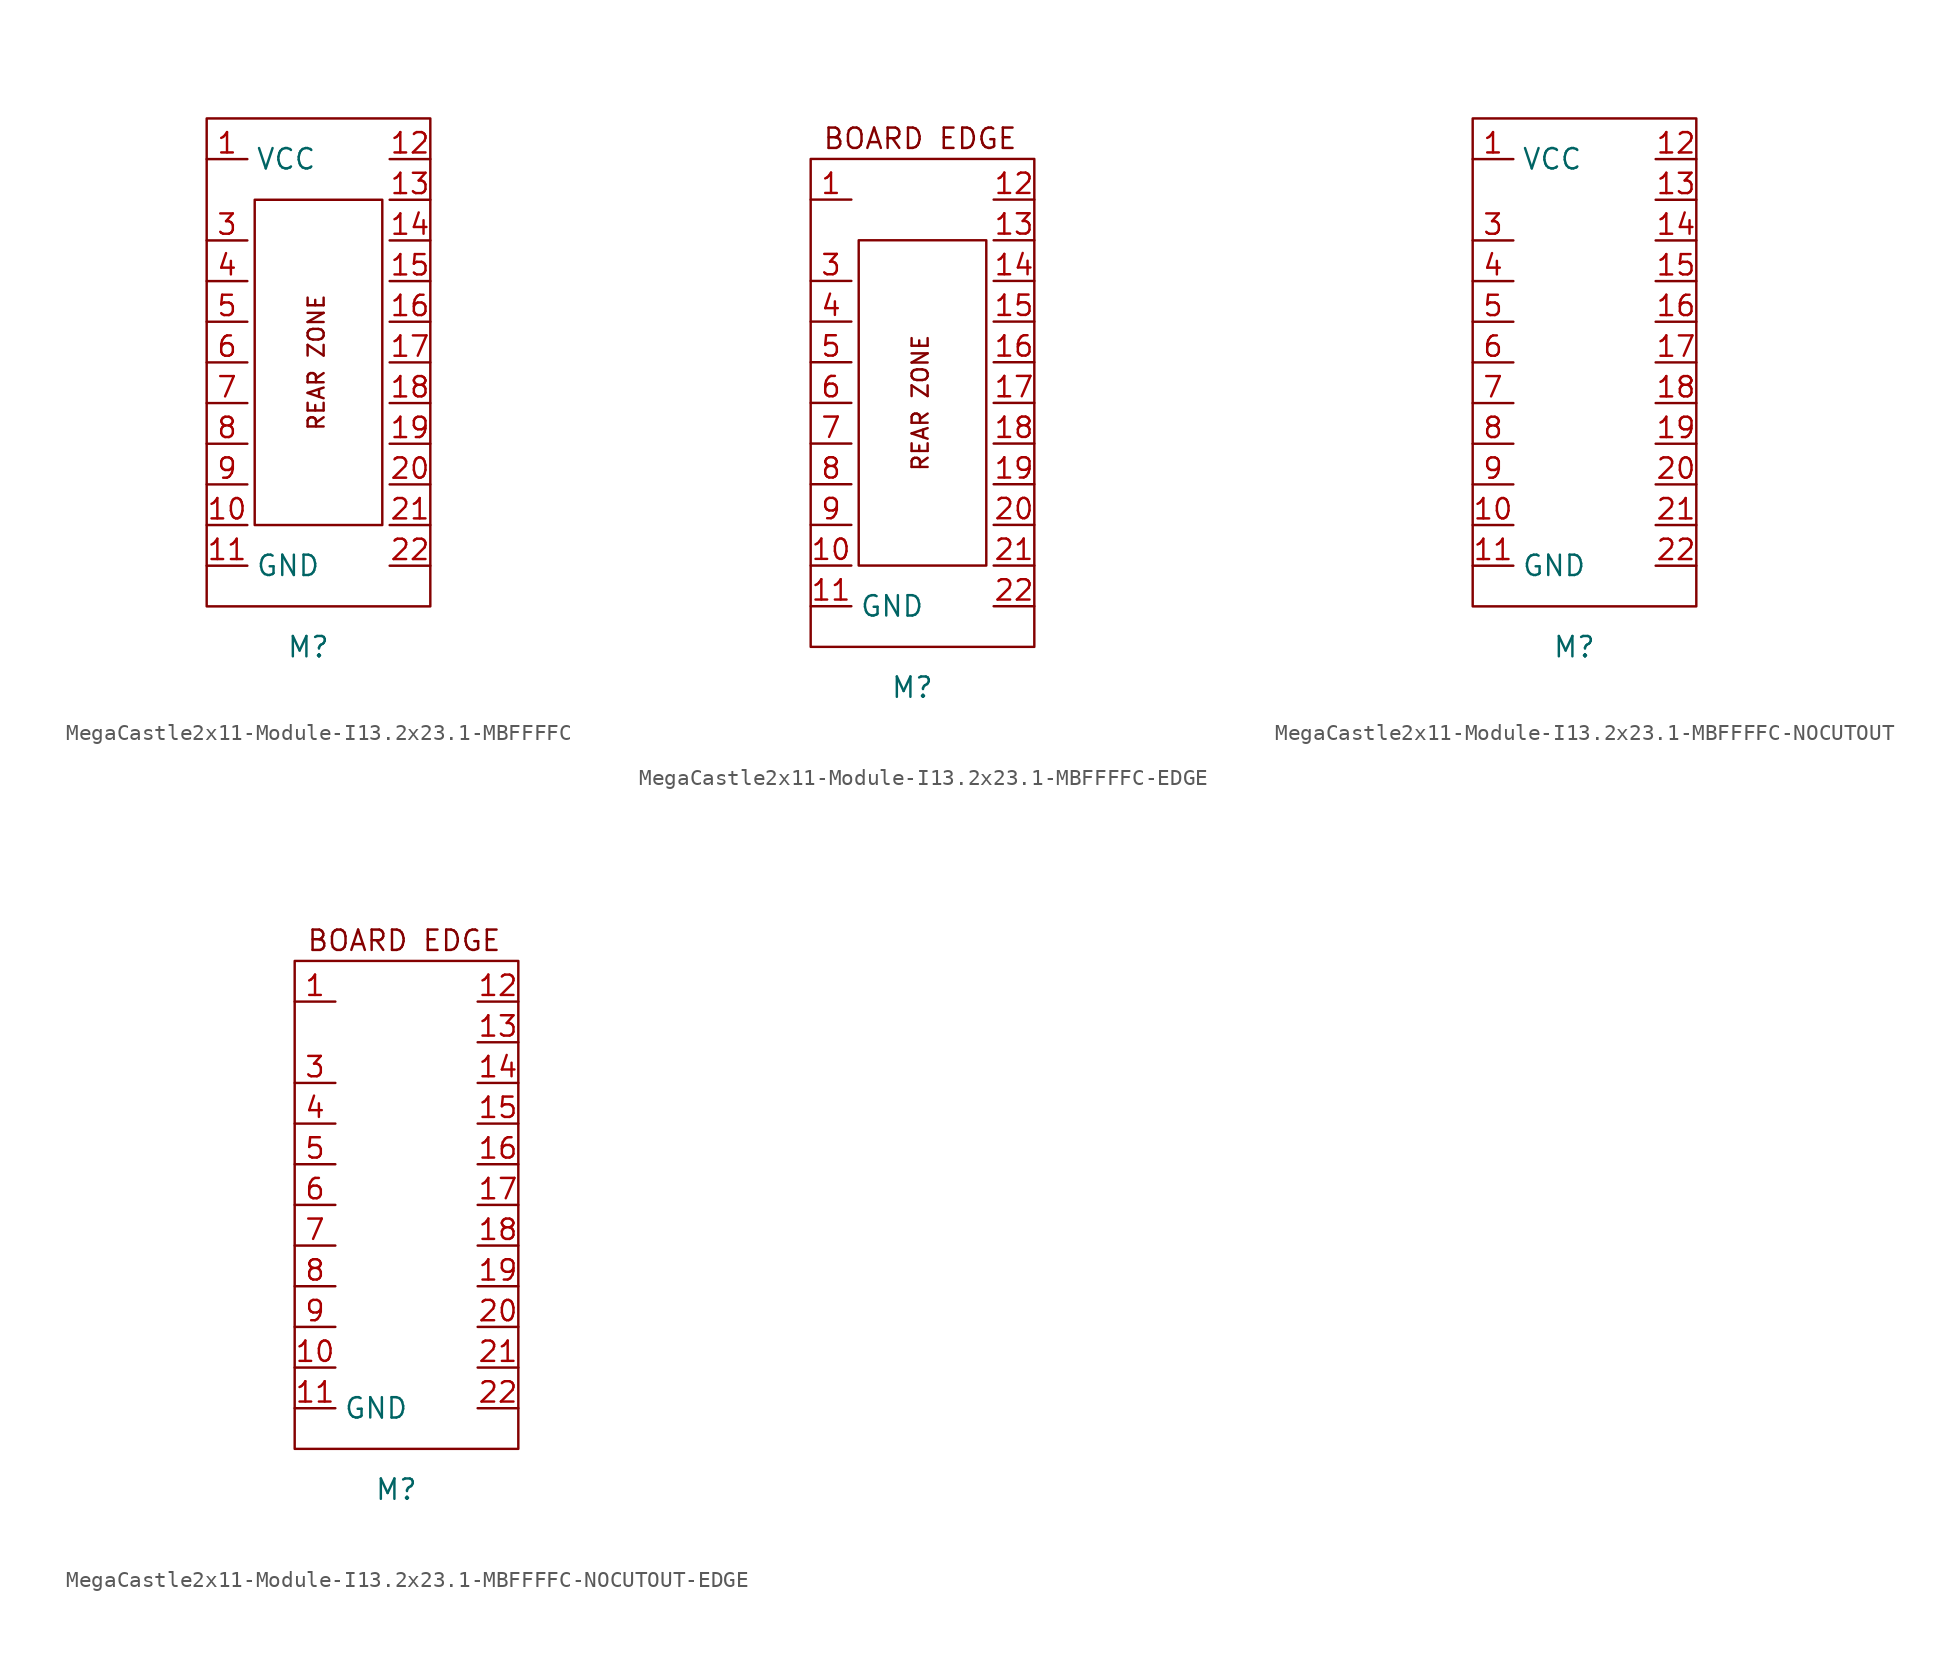
<source format=kicad_sym>
(kicad_symbol_lib
  (version 20241209)
  (generator "kicad_symbol_editor")
  (generator_version "9.0")
  (symbol "MegaCastle2x11-Module-I13.2x23.1-MBFFFFC"
    (property "Reference" "M"
      (at 0 -17.78 0)
      (effects (font (size 1.27 1.27))))
    (property "Value" ""
      (at 0 5.08 0)
      (effects (font (size 1.27 1.27))))
    (symbol "MegaCastle2x11-Module-I13.2x23.1-MBFFFFC_0_1"
      (rectangle (start -6.35 15.24) (end 7.62 -15.24) (stroke (width 0) (type default)) (fill (type none)))
      (rectangle (start -3.35 10.16) (end 4.62 -10.16) (stroke (width 0) (type default)) (fill (type none))))
    (symbol "MegaCastle2x11-Module-I13.2x23.1-MBFFFFC_1_1"
      (text "REAR ZONE" (at 0.5 0 900) (effects (font (size 1 1))))
      (pin bidirectional line (at -6.35 12.7 0) (length 2.54) (name "VCC" (effects (font (size 1.27 1.27)))) (number "1" (effects (font (size 1.27 1.27)))))
      (pin bidirectional line (at -6.35 7.62 0) (length 2.54) (name "" (effects (font (size 1.27 1.27)))) (number "3" (effects (font (size 1.27 1.27)))))
      (pin bidirectional line (at -6.35 5.08 0) (length 2.54) (name "" (effects (font (size 1.27 1.27)))) (number "4" (effects (font (size 1.27 1.27)))))
      (pin bidirectional line (at -6.35 2.54 0) (length 2.54) (name "" (effects (font (size 1.27 1.27)))) (number "5" (effects (font (size 1.27 1.27)))))
      (pin bidirectional line (at -6.35 0 0) (length 2.54) (name "" (effects (font (size 1.27 1.27)))) (number "6" (effects (font (size 1.27 1.27)))))
      (pin bidirectional line (at -6.35 -2.54 0) (length 2.54) (name "" (effects (font (size 1.27 1.27)))) (number "7" (effects (font (size 1.27 1.27)))))
      (pin bidirectional line (at -6.35 -5.08 0) (length 2.54) (name "" (effects (font (size 1.27 1.27)))) (number "8" (effects (font (size 1.27 1.27)))))
      (pin bidirectional line (at -6.35 -7.62 0) (length 2.54) (name "" (effects (font (size 1.27 1.27)))) (number "9" (effects (font (size 1.27 1.27)))))
      (pin bidirectional line (at -6.35 -10.16 0) (length 2.54) (name "" (effects (font (size 1.27 1.27)))) (number "10" (effects (font (size 1.27 1.27)))))
      (pin bidirectional line (at -6.35 -12.7 0) (length 2.54) (name "GND" (effects (font (size 1.27 1.27)))) (number "11" (effects (font (size 1.27 1.27)))))
      (pin bidirectional line (at 7.62 12.7 180) (length 2.54) (name "" (effects (font (size 1.27 1.27)))) (number "12" (effects (font (size 1.27 1.27)))))
      (pin bidirectional line (at 7.62 10.16 180) (length 2.54) (name "" (effects (font (size 1.27 1.27)))) (number "13" (effects (font (size 1.27 1.27)))))
      (pin bidirectional line (at 7.62 7.62 180) (length 2.54) (name "" (effects (font (size 1.27 1.27)))) (number "14" (effects (font (size 1.27 1.27)))))
      (pin bidirectional line (at 7.62 5.08 180) (length 2.54) (name "" (effects (font (size 1.27 1.27)))) (number "15" (effects (font (size 1.27 1.27)))))
      (pin bidirectional line (at 7.62 2.54 180) (length 2.54) (name "" (effects (font (size 1.27 1.27)))) (number "16" (effects (font (size 1.27 1.27)))))
      (pin bidirectional line (at 7.62 0 180) (length 2.54) (name "" (effects (font (size 1.27 1.27)))) (number "17" (effects (font (size 1.27 1.27)))))
      (pin bidirectional line (at 7.62 -2.54 180) (length 2.54) (name "" (effects (font (size 1.27 1.27)))) (number "18" (effects (font (size 1.27 1.27)))))
      (pin bidirectional line (at 7.62 -5.08 180) (length 2.54) (name "" (effects (font (size 1.27 1.27)))) (number "19" (effects (font (size 1.27 1.27)))))
      (pin bidirectional line (at 7.62 -7.62 180) (length 2.54) (name "" (effects (font (size 1.27 1.27)))) (number "20" (effects (font (size 1.27 1.27)))))
      (pin bidirectional line (at 7.62 -10.16 180) (length 2.54) (name "" (effects (font (size 1.27 1.27)))) (number "21" (effects (font (size 1.27 1.27)))))
      (pin bidirectional line (at 7.62 -12.7 180) (length 2.54) (name "" (effects (font (size 1.27 1.27)))) (number "22" (effects (font (size 1.27 1.27)))))))
  (symbol "MegaCastle2x11-Module-I13.2x23.1-MBFFFFC-EDGE"
    (property "Reference" "M"
      (at 0 -17.78 0)
      (effects (font (size 1.27 1.27))))
    (property "Value" ""
      (at 0 5.08 0)
      (effects (font (size 1.27 1.27))))
    (symbol "MegaCastle2x11-Module-I13.2x23.1-MBFFFFC-EDGE_0_1"
      (rectangle (start -6.35 15.24) (end 7.62 -15.24) (stroke (width 0) (type default)) (fill (type none)))
      (rectangle (start -3.35 10.16) (end 4.62 -10.16) (stroke (width 0) (type default)) (fill (type none))))
    (symbol "MegaCastle2x11-Module-I13.2x23.1-MBFFFFC-EDGE_1_1"
      (text " BOARD EDGE" (at 0 16.51 0) (effects (font (size 1.27 1.27))))
      (text "REAR ZONE" (at 0.5 0 900) (effects (font (size 1 1))))
      (pin bidirectional line (at -6.35 12.7 0) (length 2.54) (name "" (effects (font (size 1.27 1.27)))) (number "1" (effects (font (size 1.27 1.27)))))
      (pin bidirectional line (at -6.35 7.62 0) (length 2.54) (name "" (effects (font (size 1.27 1.27)))) (number "3" (effects (font (size 1.27 1.27)))))
      (pin bidirectional line (at -6.35 5.08 0) (length 2.54) (name "" (effects (font (size 1.27 1.27)))) (number "4" (effects (font (size 1.27 1.27)))))
      (pin bidirectional line (at -6.35 2.54 0) (length 2.54) (name "" (effects (font (size 1.27 1.27)))) (number "5" (effects (font (size 1.27 1.27)))))
      (pin bidirectional line (at -6.35 0 0) (length 2.54) (name "" (effects (font (size 1.27 1.27)))) (number "6" (effects (font (size 1.27 1.27)))))
      (pin bidirectional line (at -6.35 -2.54 0) (length 2.54) (name "" (effects (font (size 1.27 1.27)))) (number "7" (effects (font (size 1.27 1.27)))))
      (pin bidirectional line (at -6.35 -5.08 0) (length 2.54) (name "" (effects (font (size 1.27 1.27)))) (number "8" (effects (font (size 1.27 1.27)))))
      (pin bidirectional line (at -6.35 -7.62 0) (length 2.54) (name "" (effects (font (size 1.27 1.27)))) (number "9" (effects (font (size 1.27 1.27)))))
      (pin bidirectional line (at -6.35 -10.16 0) (length 2.54) (name "" (effects (font (size 1.27 1.27)))) (number "10" (effects (font (size 1.27 1.27)))))
      (pin bidirectional line (at -6.35 -12.7 0) (length 2.54) (name "GND" (effects (font (size 1.27 1.27)))) (number "11" (effects (font (size 1.27 1.27)))))
      (pin bidirectional line (at 7.62 12.7 180) (length 2.54) (name "" (effects (font (size 1.27 1.27)))) (number "12" (effects (font (size 1.27 1.27)))))
      (pin bidirectional line (at 7.62 10.16 180) (length 2.54) (name "" (effects (font (size 1.27 1.27)))) (number "13" (effects (font (size 1.27 1.27)))))
      (pin bidirectional line (at 7.62 7.62 180) (length 2.54) (name "" (effects (font (size 1.27 1.27)))) (number "14" (effects (font (size 1.27 1.27)))))
      (pin bidirectional line (at 7.62 5.08 180) (length 2.54) (name "" (effects (font (size 1.27 1.27)))) (number "15" (effects (font (size 1.27 1.27)))))
      (pin bidirectional line (at 7.62 2.54 180) (length 2.54) (name "" (effects (font (size 1.27 1.27)))) (number "16" (effects (font (size 1.27 1.27)))))
      (pin bidirectional line (at 7.62 0 180) (length 2.54) (name "" (effects (font (size 1.27 1.27)))) (number "17" (effects (font (size 1.27 1.27)))))
      (pin bidirectional line (at 7.62 -2.54 180) (length 2.54) (name "" (effects (font (size 1.27 1.27)))) (number "18" (effects (font (size 1.27 1.27)))))
      (pin bidirectional line (at 7.62 -5.08 180) (length 2.54) (name "" (effects (font (size 1.27 1.27)))) (number "19" (effects (font (size 1.27 1.27)))))
      (pin bidirectional line (at 7.62 -7.62 180) (length 2.54) (name "" (effects (font (size 1.27 1.27)))) (number "20" (effects (font (size 1.27 1.27)))))
      (pin bidirectional line (at 7.62 -10.16 180) (length 2.54) (name "" (effects (font (size 1.27 1.27)))) (number "21" (effects (font (size 1.27 1.27)))))
      (pin bidirectional line (at 7.62 -12.7 180) (length 2.54) (name "" (effects (font (size 1.27 1.27)))) (number "22" (effects (font (size 1.27 1.27)))))))
  (symbol "MegaCastle2x11-Module-I13.2x23.1-MBFFFFC-NOCUTOUT"
    (property "Reference" "M"
      (at 0 -17.78 0)
      (effects (font (size 1.27 1.27))))
    (property "Value" ""
      (at 0 5.08 0)
      (effects (font (size 1.27 1.27))))
    (symbol "MegaCastle2x11-Module-I13.2x23.1-MBFFFFC-NOCUTOUT_0_1"
      (rectangle (start -6.35 15.24) (end 7.62 -15.24) (stroke (width 0) (type default)) (fill (type none))))
    (symbol "MegaCastle2x11-Module-I13.2x23.1-MBFFFFC-NOCUTOUT_1_1"
      (pin bidirectional line (at -6.35 12.7 0) (length 2.54) (name "VCC" (effects (font (size 1.27 1.27)))) (number "1" (effects (font (size 1.27 1.27)))))
      (pin bidirectional line (at -6.35 7.62 0) (length 2.54) (name "" (effects (font (size 1.27 1.27)))) (number "3" (effects (font (size 1.27 1.27)))))
      (pin bidirectional line (at -6.35 5.08 0) (length 2.54) (name "" (effects (font (size 1.27 1.27)))) (number "4" (effects (font (size 1.27 1.27)))))
      (pin bidirectional line (at -6.35 2.54 0) (length 2.54) (name "" (effects (font (size 1.27 1.27)))) (number "5" (effects (font (size 1.27 1.27)))))
      (pin bidirectional line (at -6.35 0 0) (length 2.54) (name "" (effects (font (size 1.27 1.27)))) (number "6" (effects (font (size 1.27 1.27)))))
      (pin bidirectional line (at -6.35 -2.54 0) (length 2.54) (name "" (effects (font (size 1.27 1.27)))) (number "7" (effects (font (size 1.27 1.27)))))
      (pin bidirectional line (at -6.35 -5.08 0) (length 2.54) (name "" (effects (font (size 1.27 1.27)))) (number "8" (effects (font (size 1.27 1.27)))))
      (pin bidirectional line (at -6.35 -7.62 0) (length 2.54) (name "" (effects (font (size 1.27 1.27)))) (number "9" (effects (font (size 1.27 1.27)))))
      (pin bidirectional line (at -6.35 -10.16 0) (length 2.54) (name "" (effects (font (size 1.27 1.27)))) (number "10" (effects (font (size 1.27 1.27)))))
      (pin bidirectional line (at -6.35 -12.7 0) (length 2.54) (name "GND" (effects (font (size 1.27 1.27)))) (number "11" (effects (font (size 1.27 1.27)))))
      (pin bidirectional line (at 7.62 12.7 180) (length 2.54) (name "" (effects (font (size 1.27 1.27)))) (number "12" (effects (font (size 1.27 1.27)))))
      (pin bidirectional line (at 7.62 10.16 180) (length 2.54) (name "" (effects (font (size 1.27 1.27)))) (number "13" (effects (font (size 1.27 1.27)))))
      (pin bidirectional line (at 7.62 7.62 180) (length 2.54) (name "" (effects (font (size 1.27 1.27)))) (number "14" (effects (font (size 1.27 1.27)))))
      (pin bidirectional line (at 7.62 5.08 180) (length 2.54) (name "" (effects (font (size 1.27 1.27)))) (number "15" (effects (font (size 1.27 1.27)))))
      (pin bidirectional line (at 7.62 2.54 180) (length 2.54) (name "" (effects (font (size 1.27 1.27)))) (number "16" (effects (font (size 1.27 1.27)))))
      (pin bidirectional line (at 7.62 0 180) (length 2.54) (name "" (effects (font (size 1.27 1.27)))) (number "17" (effects (font (size 1.27 1.27)))))
      (pin bidirectional line (at 7.62 -2.54 180) (length 2.54) (name "" (effects (font (size 1.27 1.27)))) (number "18" (effects (font (size 1.27 1.27)))))
      (pin bidirectional line (at 7.62 -5.08 180) (length 2.54) (name "" (effects (font (size 1.27 1.27)))) (number "19" (effects (font (size 1.27 1.27)))))
      (pin bidirectional line (at 7.62 -7.62 180) (length 2.54) (name "" (effects (font (size 1.27 1.27)))) (number "20" (effects (font (size 1.27 1.27)))))
      (pin bidirectional line (at 7.62 -10.16 180) (length 2.54) (name "" (effects (font (size 1.27 1.27)))) (number "21" (effects (font (size 1.27 1.27)))))
      (pin bidirectional line (at 7.62 -12.7 180) (length 2.54) (name "" (effects (font (size 1.27 1.27)))) (number "22" (effects (font (size 1.27 1.27)))))))
  (symbol "MegaCastle2x11-Module-I13.2x23.1-MBFFFFC-NOCUTOUT-EDGE"
    (property "Reference" "M"
      (at 0 -17.78 0)
      (effects (font (size 1.27 1.27))))
    (property "Value" ""
      (at 0 5.08 0)
      (effects (font (size 1.27 1.27))))
    (symbol "MegaCastle2x11-Module-I13.2x23.1-MBFFFFC-NOCUTOUT-EDGE_0_1"
      (rectangle (start -6.35 15.24) (end 7.62 -15.24) (stroke (width 0) (type default)) (fill (type none))))
    (symbol "MegaCastle2x11-Module-I13.2x23.1-MBFFFFC-NOCUTOUT-EDGE_1_1"
      (text " BOARD EDGE" (at 0 16.51 0) (effects (font (size 1.27 1.27))))
      (pin bidirectional line (at -6.35 12.7 0) (length 2.54) (name "" (effects (font (size 1.27 1.27)))) (number "1" (effects (font (size 1.27 1.27)))))
      (pin bidirectional line (at -6.35 7.62 0) (length 2.54) (name "" (effects (font (size 1.27 1.27)))) (number "3" (effects (font (size 1.27 1.27)))))
      (pin bidirectional line (at -6.35 5.08 0) (length 2.54) (name "" (effects (font (size 1.27 1.27)))) (number "4" (effects (font (size 1.27 1.27)))))
      (pin bidirectional line (at -6.35 2.54 0) (length 2.54) (name "" (effects (font (size 1.27 1.27)))) (number "5" (effects (font (size 1.27 1.27)))))
      (pin bidirectional line (at -6.35 0 0) (length 2.54) (name "" (effects (font (size 1.27 1.27)))) (number "6" (effects (font (size 1.27 1.27)))))
      (pin bidirectional line (at -6.35 -2.54 0) (length 2.54) (name "" (effects (font (size 1.27 1.27)))) (number "7" (effects (font (size 1.27 1.27)))))
      (pin bidirectional line (at -6.35 -5.08 0) (length 2.54) (name "" (effects (font (size 1.27 1.27)))) (number "8" (effects (font (size 1.27 1.27)))))
      (pin bidirectional line (at -6.35 -7.62 0) (length 2.54) (name "" (effects (font (size 1.27 1.27)))) (number "9" (effects (font (size 1.27 1.27)))))
      (pin bidirectional line (at -6.35 -10.16 0) (length 2.54) (name "" (effects (font (size 1.27 1.27)))) (number "10" (effects (font (size 1.27 1.27)))))
      (pin bidirectional line (at -6.35 -12.7 0) (length 2.54) (name "GND" (effects (font (size 1.27 1.27)))) (number "11" (effects (font (size 1.27 1.27)))))
      (pin bidirectional line (at 7.62 12.7 180) (length 2.54) (name "" (effects (font (size 1.27 1.27)))) (number "12" (effects (font (size 1.27 1.27)))))
      (pin bidirectional line (at 7.62 10.16 180) (length 2.54) (name "" (effects (font (size 1.27 1.27)))) (number "13" (effects (font (size 1.27 1.27)))))
      (pin bidirectional line (at 7.62 7.62 180) (length 2.54) (name "" (effects (font (size 1.27 1.27)))) (number "14" (effects (font (size 1.27 1.27)))))
      (pin bidirectional line (at 7.62 5.08 180) (length 2.54) (name "" (effects (font (size 1.27 1.27)))) (number "15" (effects (font (size 1.27 1.27)))))
      (pin bidirectional line (at 7.62 2.54 180) (length 2.54) (name "" (effects (font (size 1.27 1.27)))) (number "16" (effects (font (size 1.27 1.27)))))
      (pin bidirectional line (at 7.62 0 180) (length 2.54) (name "" (effects (font (size 1.27 1.27)))) (number "17" (effects (font (size 1.27 1.27)))))
      (pin bidirectional line (at 7.62 -2.54 180) (length 2.54) (name "" (effects (font (size 1.27 1.27)))) (number "18" (effects (font (size 1.27 1.27)))))
      (pin bidirectional line (at 7.62 -5.08 180) (length 2.54) (name "" (effects (font (size 1.27 1.27)))) (number "19" (effects (font (size 1.27 1.27)))))
      (pin bidirectional line (at 7.62 -7.62 180) (length 2.54) (name "" (effects (font (size 1.27 1.27)))) (number "20" (effects (font (size 1.27 1.27)))))
      (pin bidirectional line (at 7.62 -10.16 180) (length 2.54) (name "" (effects (font (size 1.27 1.27)))) (number "21" (effects (font (size 1.27 1.27)))))
      (pin bidirectional line (at 7.62 -12.7 180) (length 2.54) (name "" (effects (font (size 1.27 1.27)))) (number "22" (effects (font (size 1.27 1.27))))))))
</source>
